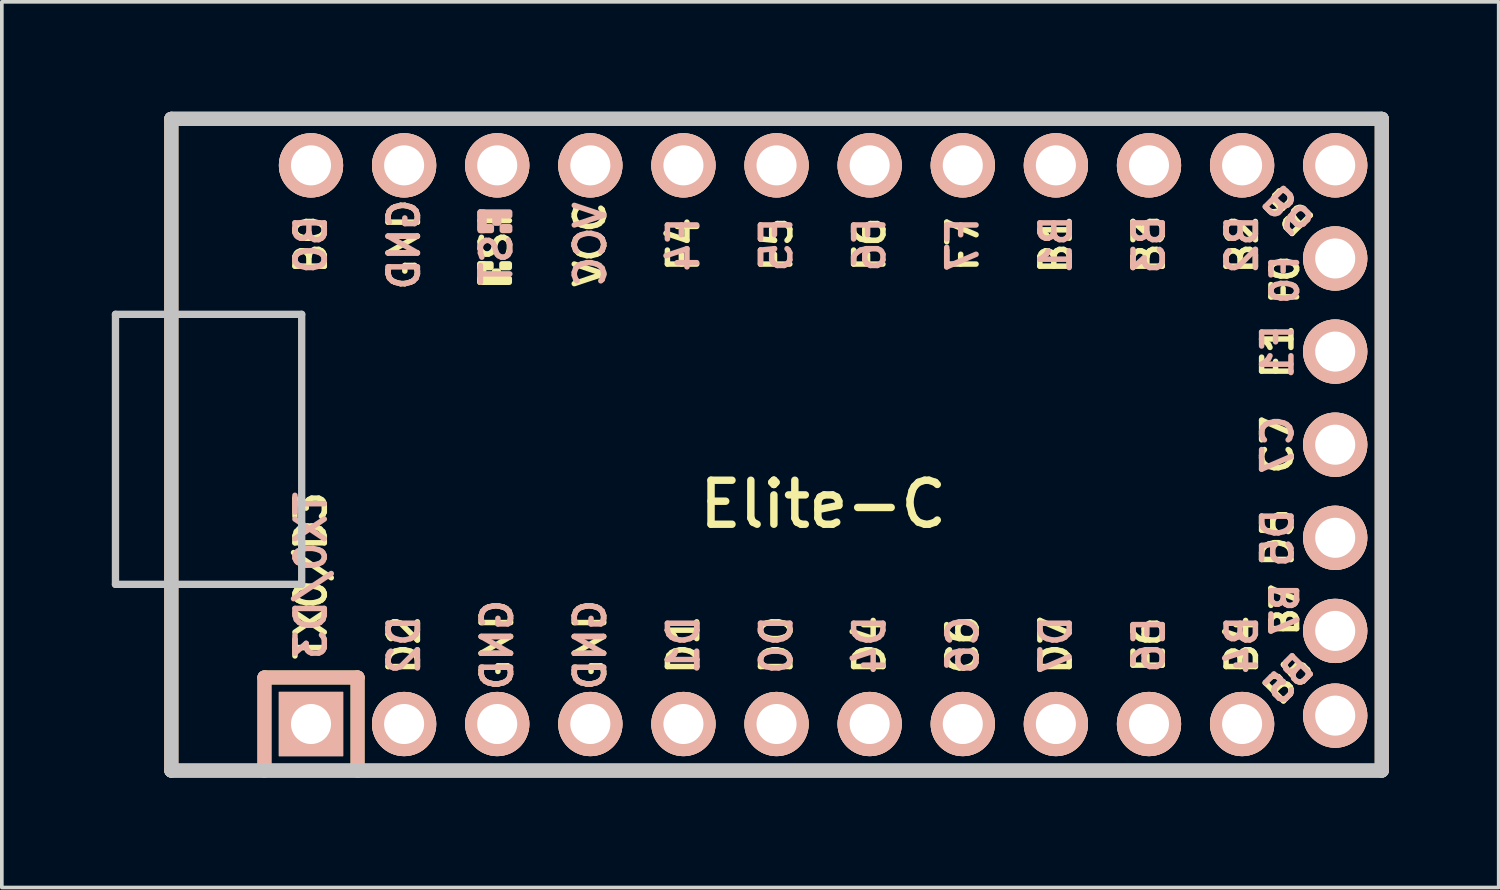
<source format=kicad_pcb>
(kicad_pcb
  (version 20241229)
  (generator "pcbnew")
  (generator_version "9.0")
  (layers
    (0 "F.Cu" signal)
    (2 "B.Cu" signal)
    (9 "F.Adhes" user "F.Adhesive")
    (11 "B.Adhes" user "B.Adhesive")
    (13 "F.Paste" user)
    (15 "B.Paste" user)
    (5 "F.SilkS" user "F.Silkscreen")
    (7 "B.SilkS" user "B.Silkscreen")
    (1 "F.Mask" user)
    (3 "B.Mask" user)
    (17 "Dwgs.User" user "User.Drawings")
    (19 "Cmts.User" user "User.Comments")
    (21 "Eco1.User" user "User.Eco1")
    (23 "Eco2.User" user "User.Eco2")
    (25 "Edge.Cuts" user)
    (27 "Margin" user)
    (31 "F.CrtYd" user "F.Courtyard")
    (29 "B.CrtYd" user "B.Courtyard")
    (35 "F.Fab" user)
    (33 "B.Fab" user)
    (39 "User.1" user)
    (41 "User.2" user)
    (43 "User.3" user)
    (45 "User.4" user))
  (footprint "Elite-C"
    (layer "F.Cu")
    (at 19.404 9.081)
    (property "Reference" "Elite-C" (at 0 1.625 0) (layer "F.SilkS") (effects (font (size 1.2 1.2) (thickness 0.203))))
    (attr through_hole)
    (fp_line (start -17.78 -8.89) (end -17.78 8.89) (stroke (width 0.381) (type solid)) (layer "F.SilkS"))
    (fp_line (start -17.78 8.89) (end 15.24 8.89) (stroke (width 0.381) (type solid)) (layer "F.SilkS"))
    (fp_line (start -15.24 6.35) (end -15.24 8.89) (stroke (width 0.381) (type solid)) (layer "F.SilkS"))
    (fp_line (start -15.24 6.35) (end -12.7 6.35) (stroke (width 0.381) (type solid)) (layer "F.SilkS"))
    (fp_line (start -12.7 6.35) (end -12.7 8.89) (stroke (width 0.381) (type solid)) (layer "F.SilkS"))
    (fp_line (start 15.24 -8.89) (end -17.78 -8.89) (stroke (width 0.381) (type solid)) (layer "F.SilkS"))
    (fp_line (start 15.24 8.89) (end 15.24 -8.89) (stroke (width 0.381) (type solid)) (layer "F.SilkS"))
    (fp_poly (pts (xy -9.361 -4.932) (xy -9.261 -4.932) (xy -9.261 -4.432) (xy -9.361 -4.432)) (stroke (width 0.15) (type solid)) (fill yes) (layer "F.SilkS"))
    (fp_poly (pts (xy -9.361 -4.932) (xy -9.061 -4.932) (xy -9.061 -4.832) (xy -9.361 -4.832)) (stroke (width 0.15) (type solid)) (fill yes) (layer "F.SilkS"))
    (fp_poly (pts (xy -9.361 -4.532) (xy -8.561 -4.532) (xy -8.561 -4.432) (xy -9.361 -4.432)) (stroke (width 0.15) (type solid)) (fill yes) (layer "F.SilkS"))
    (fp_poly (pts (xy -8.961 -4.732) (xy -8.861 -4.732) (xy -8.861 -4.632) (xy -8.961 -4.632)) (stroke (width 0.15) (type solid)) (fill yes) (layer "F.SilkS"))
    (fp_poly (pts (xy -8.761 -4.932) (xy -8.561 -4.932) (xy -8.561 -4.832) (xy -8.761 -4.832)) (stroke (width 0.15) (type solid)) (fill yes) (layer "F.SilkS"))
    (fp_line (start -17.78 -8.89) (end -17.78 8.89) (stroke (width 0.381) (type solid)) (layer "B.SilkS"))
    (fp_line (start -17.78 8.89) (end 15.24 8.89) (stroke (width 0.381) (type solid)) (layer "B.SilkS"))
    (fp_line (start -15.24 6.35) (end -15.24 8.89) (stroke (width 0.381) (type solid)) (layer "B.SilkS"))
    (fp_line (start -15.24 6.35) (end -12.7 6.35) (stroke (width 0.381) (type solid)) (layer "B.SilkS"))
    (fp_line (start -12.7 6.35) (end -12.7 8.89) (stroke (width 0.381) (type solid)) (layer "B.SilkS"))
    (fp_line (start 15.24 -8.89) (end -17.78 -8.89) (stroke (width 0.381) (type solid)) (layer "B.SilkS"))
    (fp_line (start 15.24 8.89) (end 15.24 -8.89) (stroke (width 0.381) (type solid)) (layer "B.SilkS"))
    (fp_poly (pts (xy -9.351 -6.245) (xy -8.551 -6.245) (xy -8.551 -6.345) (xy -9.351 -6.345)) (stroke (width 0.15) (type solid)) (fill yes) (layer "B.SilkS"))
    (fp_poly (pts (xy -9.351 -5.845) (xy -9.251 -5.845) (xy -9.251 -6.345) (xy -9.351 -6.345)) (stroke (width 0.15) (type solid)) (fill yes) (layer "B.SilkS"))
    (fp_poly (pts (xy -9.351 -5.845) (xy -9.051 -5.845) (xy -9.051 -5.945) (xy -9.351 -5.945)) (stroke (width 0.15) (type solid)) (fill yes) (layer "B.SilkS"))
    (fp_poly (pts (xy -8.951 -6.045) (xy -8.851 -6.045) (xy -8.851 -6.145) (xy -8.951 -6.145)) (stroke (width 0.15) (type solid)) (fill yes) (layer "B.SilkS"))
    (fp_poly (pts (xy -8.751 -5.845) (xy -8.551 -5.845) (xy -8.551 -5.945) (xy -8.751 -5.945)) (stroke (width 0.15) (type solid)) (fill yes) (layer "B.SilkS"))
    (fp_line (start -19.304 -3.556) (end -14.224 -3.556) (stroke (width 0.2) (type solid)) (layer "Dwgs.User"))
    (fp_line (start -19.304 3.81) (end -19.304 -3.556) (stroke (width 0.2) (type solid)) (layer "Dwgs.User"))
    (fp_line (start -17.78 -8.89) (end -17.78 8.89) (stroke (width 0.381) (type solid)) (layer "Dwgs.User"))
    (fp_line (start -17.78 8.89) (end 15.24 8.89) (stroke (width 0.381) (type solid)) (layer "Dwgs.User"))
    (fp_line (start -14.224 -3.556) (end -14.224 3.81) (stroke (width 0.2) (type solid)) (layer "Dwgs.User"))
    (fp_line (start -14.224 3.81) (end -19.304 3.81) (stroke (width 0.2) (type solid)) (layer "Dwgs.User"))
    (fp_line (start 15.24 -8.89) (end -17.78 -8.89) (stroke (width 0.381) (type solid)) (layer "Dwgs.User"))
    (fp_line (start 15.24 8.89) (end 15.24 -8.89) (stroke (width 0.381) (type solid)) (layer "Dwgs.User"))
    (fp_text user "B4" (at 11.43 5.461 90) (layer "F.SilkS") (effects (font (size 0.8 0.8) (thickness 0.15))))
    (fp_text user "B2" (at 11.43 -5.461 90) (layer "F.SilkS") (effects (font (size 0.8 0.8) (thickness 0.15))))
    (fp_text user "B5" (at 12.7 6.4 45) (layer "F.SilkS") (effects (font (size 0.7 0.7) (thickness 0.15))))
    (fp_text user "D1" (at -3.81 5.461 90) (layer "F.SilkS") (effects (font (size 0.8 0.8) (thickness 0.15))))
    (fp_text user "B6" (at 12.7 -6.4 135) (unlocked yes) (layer "F.SilkS") (effects (font (size 0.7 0.7) (thickness 0.15))))
    (fp_text user "D2" (at -11.43 5.461 90) (layer "F.SilkS") (effects (font (size 0.8 0.8) (thickness 0.15))))
    (fp_text user "F0" (at 12.6 -4.5 90) (layer "F.SilkS") (effects (font (size 0.7 0.7) (thickness 0.15))))
    (fp_text user "GND" (at -11.43 -5.461 90) (layer "F.SilkS") (effects (font (size 0.8 0.8) (thickness 0.15))))
    (fp_text user "C6" (at 3.81 5.461 90) (layer "F.SilkS") (effects (font (size 0.8 0.8) (thickness 0.15))))
    (fp_text user "D7" (at 6.35 5.461 90) (layer "F.SilkS") (effects (font (size 0.8 0.8) (thickness 0.15))))
    (fp_text user "F6" (at 1.27 -5.461 90) (layer "F.SilkS") (effects (font (size 0.8 0.8) (thickness 0.15))))
    (fp_text user "VCC" (at -6.35 -5.461 90) (layer "F.SilkS") (effects (font (size 0.8 0.8) (thickness 0.15))))
    (fp_text user "F7" (at 3.81 -5.461 90) (layer "F.SilkS") (effects (font (size 0.8 0.8) (thickness 0.15))))
    (fp_text user "B7" (at 12.6 4.5 90) (layer "F.SilkS") (effects (font (size 0.7 0.7) (thickness 0.15))))
    (fp_text user "F1" (at 12.4 -2.54 90) (layer "F.SilkS") (effects (font (size 0.8 0.8) (thickness 0.15))))
    (fp_text user "E6" (at 8.89 5.461 90) (layer "F.SilkS") (effects (font (size 0.8 0.8) (thickness 0.15))))
    (fp_text user "B0" (at -13.97 -5.461 90) (layer "F.SilkS") (effects (font (size 0.8 0.8) (thickness 0.15))))
    (fp_text user "D0" (at -1.27 5.461 90) (layer "F.SilkS") (effects (font (size 0.8 0.8) (thickness 0.15))))
    (fp_text user "ST" (at -8.92 -5.733 90) (layer "F.SilkS") (effects (font (size 0.8 0.8) (thickness 0.15))))
    (fp_text user "F5" (at -1.27 -5.461 90) (layer "F.SilkS") (effects (font (size 0.8 0.8) (thickness 0.15))))
    (fp_text user "C7" (at 12.4 0 90) (layer "F.SilkS") (effects (font (size 0.8 0.8) (thickness 0.15))))
    (fp_text user "B3" (at 8.89 -5.461 90) (layer "F.SilkS") (effects (font (size 0.8 0.8) (thickness 0.15))))
    (fp_text user "B1" (at 6.35 -5.461 90) (layer "F.SilkS") (effects (font (size 0.8 0.8) (thickness 0.15))))
    (fp_text user "D5" (at 12.4 2.54 90) (layer "F.SilkS") (effects (font (size 0.8 0.8) (thickness 0.15))))
    (fp_text user "F4" (at -3.81 -5.461 90) (layer "F.SilkS") (effects (font (size 0.8 0.8) (thickness 0.15))))
    (fp_text user "GND" (at -8.89 5.461 90) (layer "F.SilkS") (effects (font (size 0.8 0.8) (thickness 0.15))))
    (fp_text user "TX0/D3" (at -13.97 3.572 90) (layer "F.SilkS") (effects (font (size 0.8 0.8) (thickness 0.15))))
    (fp_text user "GND" (at -6.35 5.461 90) (layer "F.SilkS") (effects (font (size 0.8 0.8) (thickness 0.15))))
    (fp_text user "D4" (at 1.27 5.461 90) (layer "F.SilkS") (effects (font (size 0.8 0.8) (thickness 0.15))))
    (fp_text user "F1" (at 12.4 -2.54 90) (layer "B.SilkS") (effects (font (size 0.8 0.8) (thickness 0.15)) (justify mirror)))
    (fp_text user "ST" (at -8.91 -5.04 90) (layer "B.SilkS") (effects (font (size 0.8 0.8) (thickness 0.15)) (justify mirror)))
    (fp_text user "TX0/D3" (at -13.97 3.572 90) (layer "B.SilkS") (effects (font (size 0.8 0.8) (thickness 0.15)) (justify mirror)))
    (fp_text user "D7" (at 6.35 5.461 90) (layer "B.SilkS") (effects (font (size 0.8 0.8) (thickness 0.15)) (justify mirror)))
    (fp_text user "B1" (at 6.35 -5.461 90) (layer "B.SilkS") (effects (font (size 0.8 0.8) (thickness 0.15)) (justify mirror)))
    (fp_text user "B6" (at 12.7 -6.4 135) (unlocked yes) (layer "B.SilkS") (effects (font (size 0.7 0.7) (thickness 0.15)) (justify mirror)))
    (fp_text user "D0" (at -1.27 5.461 90) (layer "B.SilkS") (effects (font (size 0.8 0.8) (thickness 0.15)) (justify mirror)))
    (fp_text user "E6" (at 8.89 5.461 90) (layer "B.SilkS") (effects (font (size 0.8 0.8) (thickness 0.15)) (justify mirror)))
    (fp_text user "B0" (at -13.97 -5.461 90) (layer "B.SilkS") (effects (font (size 0.8 0.8) (thickness 0.15)) (justify mirror)))
    (fp_text user "F7" (at 3.81 -5.461 90) (layer "B.SilkS") (effects (font (size 0.8 0.8) (thickness 0.15)) (justify mirror)))
    (fp_text user "C6" (at 3.81 5.461 90) (layer "B.SilkS") (effects (font (size 0.8 0.8) (thickness 0.15)) (justify mirror)))
    (fp_text user "GND" (at -8.89 5.461 90) (layer "B.SilkS") (effects (font (size 0.8 0.8) (thickness 0.15)) (justify mirror)))
    (fp_text user "B7" (at 12.6 4.5 90) (layer "B.SilkS") (effects (font (size 0.7 0.7) (thickness 0.15)) (justify mirror)))
    (fp_text user "D4" (at 1.27 5.461 90) (layer "B.SilkS") (effects (font (size 0.8 0.8) (thickness 0.15)) (justify mirror)))
    (fp_text user "F0" (at 12.6 -4.5 90) (layer "B.SilkS") (effects (font (size 0.7 0.7) (thickness 0.15)) (justify mirror)))
    (fp_text user "C7" (at 12.4 0 90) (layer "B.SilkS") (effects (font (size 0.8 0.8) (thickness 0.15)) (justify mirror)))
    (fp_text user "F4" (at -3.81 -5.461 90) (layer "B.SilkS") (effects (font (size 0.8 0.8) (thickness 0.15)) (justify mirror)))
    (fp_text user "F5" (at -1.27 -5.461 90) (layer "B.SilkS") (effects (font (size 0.8 0.8) (thickness 0.15)) (justify mirror)))
    (fp_text user "B4" (at 11.43 5.461 90) (layer "B.SilkS") (effects (font (size 0.8 0.8) (thickness 0.15)) (justify mirror)))
    (fp_text user "D1" (at -3.81 5.461 90) (layer "B.SilkS") (effects (font (size 0.8 0.8) (thickness 0.15)) (justify mirror)))
    (fp_text user "B5" (at 12.7 6.4 45) (layer "B.SilkS") (effects (font (size 0.7 0.7) (thickness 0.15)) (justify mirror)))
    (fp_text user "D5" (at 12.4 2.54 90) (layer "B.SilkS") (effects (font (size 0.8 0.8) (thickness 0.15)) (justify mirror)))
    (fp_text user "GND" (at -11.43 -5.461 90) (layer "B.SilkS") (effects (font (size 0.8 0.8) (thickness 0.15)) (justify mirror)))
    (fp_text user "F6" (at 1.27 -5.461 90) (layer "B.SilkS") (effects (font (size 0.8 0.8) (thickness 0.15)) (justify mirror)))
    (fp_text user "GND" (at -6.35 5.461 90) (layer "B.SilkS") (effects (font (size 0.8 0.8) (thickness 0.15)) (justify mirror)))
    (fp_text user "VCC" (at -6.35 -5.461 90) (layer "B.SilkS") (effects (font (size 0.8 0.8) (thickness 0.15)) (justify mirror)))
    (fp_text user "B2" (at 11.43 -5.461 90) (layer "B.SilkS") (effects (font (size 0.8 0.8) (thickness 0.15)) (justify mirror)))
    (fp_text user "B3" (at 8.89 -5.461 90) (layer "B.SilkS") (effects (font (size 0.8 0.8) (thickness 0.15)) (justify mirror)))
    (fp_text user "D2" (at -11.43 5.461 90) (layer "B.SilkS") (effects (font (size 0.8 0.8) (thickness 0.15)) (justify mirror)))
    (pad "1" thru_hole rect (at -13.97 7.62) (size 1.753 1.753) (drill 1.092) (layers "*.Cu" "*.SilkS" "*.Mask"))
    (pad "2" thru_hole circle (at -11.43 7.62) (size 1.753 1.753) (drill 1.092) (layers "*.Cu" "*.SilkS" "*.Mask"))
    (pad "3" thru_hole circle (at -8.89 7.62) (size 1.753 1.753) (drill 1.092) (layers "*.Cu" "*.SilkS" "*.Mask"))
    (pad "4" thru_hole circle (at -6.35 7.62) (size 1.753 1.753) (drill 1.092) (layers "*.Cu" "*.SilkS" "*.Mask"))
    (pad "5" thru_hole circle (at -3.81 7.62) (size 1.753 1.753) (drill 1.092) (layers "*.Cu" "*.SilkS" "*.Mask"))
    (pad "6" thru_hole circle (at -1.27 7.62) (size 1.753 1.753) (drill 1.092) (layers "*.Cu" "*.SilkS" "*.Mask"))
    (pad "7" thru_hole circle (at 1.27 7.62) (size 1.753 1.753) (drill 1.092) (layers "*.Cu" "*.SilkS" "*.Mask"))
    (pad "8" thru_hole circle (at 3.81 7.62) (size 1.753 1.753) (drill 1.092) (layers "*.Cu" "*.SilkS" "*.Mask"))
    (pad "9" thru_hole circle (at 6.35 7.62) (size 1.753 1.753) (drill 1.092) (layers "*.Cu" "*.SilkS" "*.Mask"))
    (pad "10" thru_hole circle (at 8.89 7.62) (size 1.753 1.753) (drill 1.092) (layers "*.Cu" "*.SilkS" "*.Mask"))
    (pad "11" thru_hole circle (at 11.43 7.62) (size 1.753 1.753) (drill 1.092) (layers "*.Cu" "*.SilkS" "*.Mask"))
    (pad "12" thru_hole circle (at 13.97 7.391) (size 1.753 1.753) (drill 1.092) (layers "*.Cu" "*.SilkS" "*.Mask"))
    (pad "13" thru_hole circle (at 13.97 -7.62) (size 1.753 1.753) (drill 1.092) (layers "*.Cu" "*.SilkS" "*.Mask"))
    (pad "14" thru_hole circle (at 11.43 -7.62) (size 1.753 1.753) (drill 1.092) (layers "*.Cu" "*.SilkS" "*.Mask"))
    (pad "15" thru_hole circle (at 8.89 -7.62) (size 1.753 1.753) (drill 1.092) (layers "*.Cu" "*.SilkS" "*.Mask"))
    (pad "16" thru_hole circle (at 6.35 -7.62) (size 1.753 1.753) (drill 1.092) (layers "*.Cu" "*.SilkS" "*.Mask"))
    (pad "17" thru_hole circle (at 3.81 -7.62) (size 1.753 1.753) (drill 1.092) (layers "*.Cu" "*.SilkS" "*.Mask"))
    (pad "18" thru_hole circle (at 1.27 -7.62) (size 1.753 1.753) (drill 1.092) (layers "*.Cu" "*.SilkS" "*.Mask"))
    (pad "19" thru_hole circle (at -1.27 -7.62) (size 1.753 1.753) (drill 1.092) (layers "*.Cu" "*.SilkS" "*.Mask"))
    (pad "20" thru_hole circle (at -3.81 -7.62) (size 1.753 1.753) (drill 1.092) (layers "*.Cu" "*.SilkS" "*.Mask"))
    (pad "21" thru_hole circle (at -6.35 -7.62) (size 1.753 1.753) (drill 1.092) (layers "*.Cu" "*.SilkS" "*.Mask"))
    (pad "22" thru_hole circle (at -8.89 -7.62) (size 1.753 1.753) (drill 1.092) (layers "*.Cu" "*.SilkS" "*.Mask"))
    (pad "23" thru_hole circle (at -11.43 -7.62) (size 1.753 1.753) (drill 1.092) (layers "*.Cu" "*.SilkS" "*.Mask"))
    (pad "24" thru_hole circle (at -13.97 -7.62) (size 1.753 1.753) (drill 1.092) (layers "*.Cu" "*.SilkS" "*.Mask"))
    (pad "25" thru_hole circle (at 13.97 5.08) (size 1.753 1.753) (drill 1.092) (layers "*.Cu" "*.SilkS" "*.Mask"))
    (pad "26" thru_hole circle (at 13.97 2.54) (size 1.753 1.753) (drill 1.092) (layers "*.Cu" "*.SilkS" "*.Mask"))
    (pad "27" thru_hole circle (at 13.97 0) (size 1.753 1.753) (drill 1.092) (layers "*.Cu" "*.SilkS" "*.Mask"))
    (pad "28" thru_hole circle (at 13.97 -2.54) (size 1.753 1.753) (drill 1.092) (layers "*.Cu" "*.SilkS" "*.Mask"))
    (pad "29" thru_hole circle (at 13.97 -5.08) (size 1.753 1.753) (drill 1.092) (layers "*.Cu" "*.SilkS" "*.Mask")))
  (gr_rect
    (start -3 -3)
    (end 37.834 21.161)
    (stroke (width 0.1) (type default))
    (fill no)
    (layer "Edge.Cuts")))
</source>
